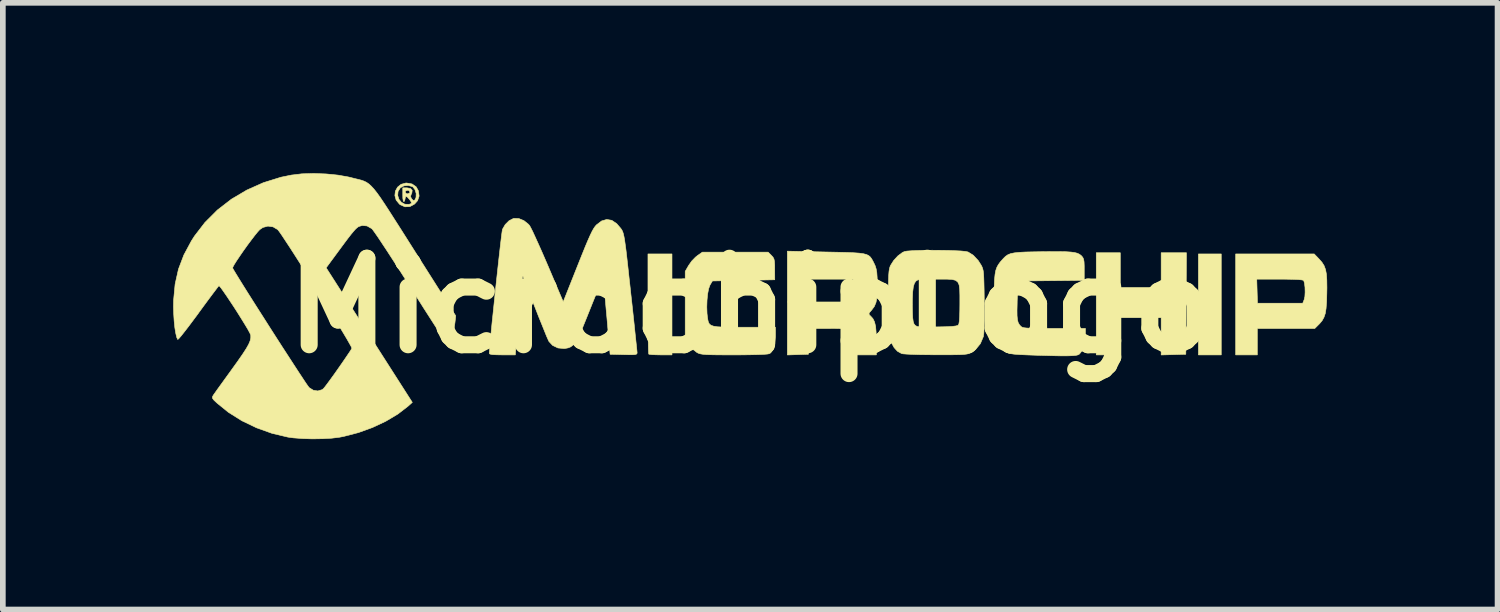
<source format=kicad_pcb>
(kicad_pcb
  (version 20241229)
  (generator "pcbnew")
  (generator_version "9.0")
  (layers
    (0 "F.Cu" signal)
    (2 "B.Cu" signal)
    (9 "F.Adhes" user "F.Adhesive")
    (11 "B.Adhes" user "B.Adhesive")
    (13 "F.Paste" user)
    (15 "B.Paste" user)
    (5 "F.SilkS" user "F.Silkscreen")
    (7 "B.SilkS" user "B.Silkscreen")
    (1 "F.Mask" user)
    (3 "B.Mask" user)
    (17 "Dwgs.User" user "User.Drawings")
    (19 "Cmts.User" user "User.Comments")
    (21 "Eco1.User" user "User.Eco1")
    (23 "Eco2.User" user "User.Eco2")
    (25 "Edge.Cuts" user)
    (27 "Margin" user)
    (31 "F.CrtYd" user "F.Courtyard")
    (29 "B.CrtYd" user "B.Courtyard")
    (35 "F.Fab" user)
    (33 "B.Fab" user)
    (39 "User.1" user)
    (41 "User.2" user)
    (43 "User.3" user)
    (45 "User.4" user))
  (footprint "MicrochipLogo"
    (layer "F.Cu")
    (at 10.16 2.332)
    (property "Reference" "MicrochipLogo" (at 0 0 0) (layer "F.SilkS") (effects (font (size 1.524 1.524) (thickness 0.3))))
    (attr through_hole)
    (fp_poly (pts (xy 8.297 0.868) (xy 7.895 0.868) (xy 7.895 -0.91) (xy 8.297 -0.91) (xy 8.297 0.868)) (stroke (width 0.01) (type solid)) (fill yes) (layer "F.SilkS"))
    (fp_poly (pts (xy 6.519 -0.318) (xy 7.239 -0.318) (xy 7.239 -0.931) (xy 7.684 -0.931) (xy 7.678 -0.037) (xy 7.673 0.857) (xy 7.239 0.869) (xy 7.239 0.212) (xy 6.519 0.212) (xy 6.519 0.868) (xy 6.096 0.868) (xy 6.096 -0.931) (xy 6.519 -0.931) (xy 6.519 -0.318)) (stroke (width 0.01) (type solid)) (fill yes) (layer "F.SilkS"))
    (fp_poly (pts (xy -1.376 0.868) (xy -1.573 0.868) (xy -1.661 0.866) (xy -1.732 0.863) (xy -1.776 0.857) (xy -1.785 0.854) (xy -1.788 0.83) (xy -1.791 0.769) (xy -1.793 0.674) (xy -1.796 0.551) (xy -1.797 0.403) (xy -1.798 0.235) (xy -1.799 0.052) (xy -1.799 -0.035) (xy -1.799 -0.91) (xy -1.376 -0.91) (xy -1.376 0.868)) (stroke (width 0.01) (type solid)) (fill yes) (layer "F.SilkS"))
    (fp_poly (pts (xy 10.022 -0.818) (xy 10.071 -0.762) (xy 10.108 -0.704) (xy 10.133 -0.637) (xy 10.149 -0.555) (xy 10.156 -0.449) (xy 10.158 -0.313) (xy 10.156 -0.211) (xy 10.152 -0.063) (xy 10.143 0.051) (xy 10.129 0.138) (xy 10.106 0.206) (xy 10.074 0.264) (xy 10.029 0.318) (xy 10.007 0.34) (xy 9.945 0.402) (xy 8.932 0.402) (xy 8.932 0.868) (xy 8.551 0.868) (xy 8.551 -0.466) (xy 8.922 -0.466) (xy 8.935 -0.042) (xy 9.732 -0.042) (xy 9.758 -0.107) (xy 9.77 -0.161) (xy 9.774 -0.238) (xy 9.772 -0.321) (xy 9.763 -0.394) (xy 9.749 -0.442) (xy 9.748 -0.443) (xy 9.721 -0.452) (xy 9.653 -0.459) (xy 9.545 -0.463) (xy 9.398 -0.466) (xy 9.328 -0.466) (xy 8.922 -0.466) (xy 8.551 -0.466) (xy 8.551 -0.91) (xy 9.934 -0.91) (xy 10.022 -0.818)) (stroke (width 0.01) (type solid)) (fill yes) (layer "F.SilkS"))
    (fp_poly (pts (xy 0.375 -0.884) (xy 0.403 -0.853) (xy 0.42 -0.821) (xy 0.429 -0.777) (xy 0.433 -0.71) (xy 0.433 -0.64) (xy 0.434 -0.455) (xy -0.664 -0.434) (xy -0.707 -0.361) (xy -0.73 -0.298) (xy -0.748 -0.206) (xy -0.759 -0.094) (xy -0.763 0.024) (xy -0.759 0.138) (xy -0.752 0.202) (xy -0.744 0.253) (xy -0.734 0.294) (xy -0.716 0.325) (xy -0.687 0.347) (xy -0.641 0.363) (xy -0.574 0.373) (xy -0.481 0.378) (xy -0.357 0.38) (xy -0.199 0.381) (xy -0.106 0.381) (xy 0.445 0.381) (xy 0.445 0.541) (xy 0.436 0.673) (xy 0.409 0.769) (xy 0.363 0.831) (xy 0.34 0.846) (xy 0.306 0.853) (xy 0.232 0.859) (xy 0.124 0.863) (xy -0.017 0.866) (xy -0.187 0.868) (xy -0.279 0.868) (xy -0.453 0.868) (xy -0.591 0.867) (xy -0.696 0.865) (xy -0.775 0.862) (xy -0.832 0.857) (xy -0.874 0.85) (xy -0.905 0.841) (xy -0.931 0.829) (xy -0.932 0.829) (xy -0.993 0.781) (xy -1.054 0.707) (xy -1.074 0.676) (xy -1.143 0.563) (xy -1.143 -0.02) (xy -1.143 -0.603) (xy -1.081 -0.71) (xy -1.028 -0.785) (xy -0.962 -0.853) (xy -0.93 -0.879) (xy -0.84 -0.942) (xy 0.317 -0.942) (xy 0.375 -0.884)) (stroke (width 0.01) (type solid)) (fill yes) (layer "F.SilkS"))
    (fp_poly (pts (xy -5.953 -2.142) (xy -5.882 -2.093) (xy -5.842 -2.022) (xy -5.829 -1.929) (xy -5.857 -1.847) (xy -5.909 -1.789) (xy -5.991 -1.744) (xy -6.078 -1.74) (xy -6.161 -1.776) (xy -6.177 -1.789) (xy -6.234 -1.859) (xy -6.256 -1.938) (xy -6.256 -1.94) (xy -6.206 -1.94) (xy -6.185 -1.873) (xy -6.141 -1.819) (xy -6.081 -1.786) (xy -6.01 -1.783) (xy -5.982 -1.791) (xy -5.964 -1.804) (xy -5.97 -1.828) (xy -5.995 -1.865) (xy -6.037 -1.913) (xy -6.064 -1.923) (xy -6.075 -1.893) (xy -6.075 -1.885) (xy -6.085 -1.845) (xy -6.096 -1.831) (xy -6.108 -1.842) (xy -6.116 -1.891) (xy -6.117 -1.946) (xy -6.117 -2) (xy -6.075 -2) (xy -6.057 -1.974) (xy -6.032 -1.968) (xy -5.998 -1.982) (xy -5.99 -2) (xy -6.008 -2.026) (xy -6.032 -2.032) (xy -6.067 -2.019) (xy -6.075 -2) (xy -6.117 -2) (xy -6.117 -2.074) (xy -6.042 -2.074) (xy -5.98 -2.062) (xy -5.951 -2.029) (xy -5.958 -1.979) (xy -5.966 -1.966) (xy -5.98 -1.923) (xy -5.964 -1.884) (xy -5.932 -1.851) (xy -5.904 -1.86) (xy -5.883 -1.907) (xy -5.881 -1.975) (xy -5.902 -2.043) (xy -5.94 -2.091) (xy -5.949 -2.096) (xy -6.02 -2.116) (xy -6.096 -2.109) (xy -6.157 -2.077) (xy -6.16 -2.074) (xy -6.2 -2.01) (xy -6.206 -1.94) (xy -6.256 -1.94) (xy -6.247 -2.017) (xy -6.209 -2.086) (xy -6.147 -2.136) (xy -6.063 -2.159) (xy -6.049 -2.159) (xy -5.953 -2.142)) (stroke (width 0.01) (type solid)) (fill yes) (layer "F.SilkS"))
    (fp_poly (pts (xy 1.339 -0.944) (xy 1.536 -0.94) (xy 1.696 -0.936) (xy 1.822 -0.931) (xy 1.92 -0.924) (xy 1.994 -0.914) (xy 2.049 -0.9) (xy 2.088 -0.881) (xy 2.118 -0.855) (xy 2.141 -0.823) (xy 2.164 -0.782) (xy 2.18 -0.75) (xy 2.204 -0.698) (xy 2.22 -0.645) (xy 2.231 -0.582) (xy 2.237 -0.495) (xy 2.24 -0.402) (xy 2.242 -0.255) (xy 2.234 -0.141) (xy 2.216 -0.053) (xy 2.187 0.016) (xy 2.143 0.075) (xy 2.141 0.078) (xy 2.103 0.121) (xy 2.092 0.146) (xy 2.104 0.168) (xy 2.122 0.184) (xy 2.163 0.23) (xy 2.191 0.287) (xy 2.21 0.365) (xy 2.219 0.469) (xy 2.222 0.607) (xy 2.223 0.613) (xy 2.223 0.868) (xy 1.846 0.868) (xy 1.838 0.675) (xy 1.834 0.584) (xy 1.826 0.516) (xy 1.807 0.468) (xy 1.774 0.435) (xy 1.72 0.416) (xy 1.64 0.406) (xy 1.528 0.403) (xy 1.385 0.402) (xy 1.039 0.402) (xy 1.033 0.63) (xy 1.027 0.857) (xy 0.841 0.863) (xy 0.656 0.869) (xy 0.656 -0.466) (xy 1.037 -0.466) (xy 1.037 -0.064) (xy 1.428 -0.064) (xy 1.566 -0.064) (xy 1.668 -0.065) (xy 1.739 -0.068) (xy 1.786 -0.073) (xy 1.815 -0.08) (xy 1.832 -0.091) (xy 1.841 -0.104) (xy 1.856 -0.16) (xy 1.862 -0.238) (xy 1.858 -0.322) (xy 1.845 -0.393) (xy 1.838 -0.412) (xy 1.814 -0.466) (xy 1.037 -0.466) (xy 0.656 -0.466) (xy 0.656 -0.959) (xy 1.339 -0.944)) (stroke (width 0.01) (type solid)) (fill yes) (layer "F.SilkS"))
    (fp_poly (pts (xy 5.562 -0.949) (xy 5.651 -0.943) (xy 5.717 -0.934) (xy 5.766 -0.921) (xy 5.802 -0.903) (xy 5.831 -0.881) (xy 5.834 -0.878) (xy 5.858 -0.85) (xy 5.873 -0.817) (xy 5.881 -0.77) (xy 5.884 -0.698) (xy 5.884 -0.636) (xy 5.884 -0.445) (xy 4.799 -0.434) (xy 4.754 -0.374) (xy 4.735 -0.344) (xy 4.722 -0.306) (xy 4.713 -0.254) (xy 4.707 -0.178) (xy 4.703 -0.069) (xy 4.703 -0.049) (xy 4.7 0.082) (xy 4.701 0.179) (xy 4.708 0.248) (xy 4.72 0.297) (xy 4.74 0.333) (xy 4.763 0.36) (xy 4.778 0.373) (xy 4.797 0.383) (xy 4.826 0.39) (xy 4.871 0.395) (xy 4.935 0.399) (xy 5.024 0.401) (xy 5.144 0.402) (xy 5.3 0.402) (xy 5.355 0.402) (xy 5.905 0.402) (xy 5.905 0.542) (xy 5.893 0.674) (xy 5.859 0.779) (xy 5.802 0.85) (xy 5.792 0.858) (xy 5.771 0.868) (xy 5.738 0.876) (xy 5.688 0.881) (xy 5.619 0.884) (xy 5.525 0.885) (xy 5.404 0.884) (xy 5.251 0.88) (xy 5.063 0.875) (xy 4.896 0.869) (xy 4.754 0.863) (xy 4.648 0.855) (xy 4.569 0.843) (xy 4.511 0.824) (xy 4.466 0.795) (xy 4.427 0.754) (xy 4.387 0.7) (xy 4.387 0.699) (xy 4.36 0.655) (xy 4.339 0.609) (xy 4.323 0.553) (xy 4.312 0.484) (xy 4.304 0.394) (xy 4.3 0.279) (xy 4.297 0.132) (xy 4.297 -0.029) (xy 4.297 -0.209) (xy 4.3 -0.353) (xy 4.305 -0.465) (xy 4.314 -0.553) (xy 4.327 -0.621) (xy 4.346 -0.675) (xy 4.371 -0.721) (xy 4.403 -0.765) (xy 4.419 -0.784) (xy 4.461 -0.831) (xy 4.499 -0.868) (xy 4.54 -0.896) (xy 4.59 -0.916) (xy 4.655 -0.929) (xy 4.74 -0.938) (xy 4.851 -0.944) (xy 4.995 -0.947) (xy 5.111 -0.949) (xy 5.297 -0.951) (xy 5.446 -0.951) (xy 5.562 -0.949)) (stroke (width 0.01) (type solid)) (fill yes) (layer "F.SilkS"))
    (fp_poly (pts (xy 3.348 -0.974) (xy 3.484 -0.972) (xy 3.608 -0.967) (xy 3.714 -0.962) (xy 3.792 -0.954) (xy 3.836 -0.945) (xy 3.837 -0.945) (xy 3.931 -0.886) (xy 4.017 -0.794) (xy 4.071 -0.709) (xy 4.085 -0.681) (xy 4.096 -0.65) (xy 4.105 -0.612) (xy 4.111 -0.561) (xy 4.115 -0.49) (xy 4.118 -0.395) (xy 4.121 -0.269) (xy 4.123 -0.108) (xy 4.123 -0.081) (xy 4.125 0.104) (xy 4.124 0.263) (xy 4.121 0.391) (xy 4.116 0.485) (xy 4.109 0.541) (xy 4.108 0.545) (xy 4.055 0.67) (xy 3.973 0.77) (xy 3.905 0.82) (xy 3.878 0.834) (xy 3.85 0.845) (xy 3.816 0.853) (xy 3.771 0.859) (xy 3.708 0.863) (xy 3.623 0.865) (xy 3.51 0.866) (xy 3.362 0.866) (xy 3.27 0.866) (xy 3.113 0.865) (xy 2.971 0.863) (xy 2.849 0.859) (xy 2.754 0.854) (xy 2.69 0.849) (xy 2.667 0.844) (xy 2.595 0.804) (xy 2.537 0.741) (xy 2.484 0.646) (xy 2.484 0.646) (xy 2.47 0.613) (xy 2.458 0.581) (xy 2.449 0.545) (xy 2.443 0.499) (xy 2.439 0.437) (xy 2.437 0.354) (xy 2.435 0.244) (xy 2.435 0.102) (xy 2.435 -0.016) (xy 2.857 -0.016) (xy 2.859 0.116) (xy 2.863 0.212) (xy 2.872 0.278) (xy 2.886 0.322) (xy 2.908 0.349) (xy 2.939 0.366) (xy 2.942 0.367) (xy 2.973 0.371) (xy 3.039 0.374) (xy 3.131 0.375) (xy 3.24 0.375) (xy 3.306 0.375) (xy 3.447 0.372) (xy 3.55 0.367) (xy 3.619 0.359) (xy 3.658 0.349) (xy 3.666 0.343) (xy 3.677 0.319) (xy 3.685 0.269) (xy 3.69 0.19) (xy 3.693 0.076) (xy 3.694 -0.031) (xy 3.694 -0.177) (xy 3.691 -0.286) (xy 3.681 -0.364) (xy 3.657 -0.415) (xy 3.617 -0.446) (xy 3.554 -0.461) (xy 3.464 -0.466) (xy 3.342 -0.466) (xy 3.3 -0.466) (xy 3.187 -0.465) (xy 3.088 -0.462) (xy 3.01 -0.459) (xy 2.962 -0.454) (xy 2.954 -0.453) (xy 2.918 -0.43) (xy 2.892 -0.39) (xy 2.874 -0.328) (xy 2.863 -0.238) (xy 2.858 -0.114) (xy 2.857 -0.016) (xy 2.435 -0.016) (xy 2.435 -0.042) (xy 2.435 -0.217) (xy 2.436 -0.356) (xy 2.438 -0.462) (xy 2.441 -0.542) (xy 2.446 -0.602) (xy 2.453 -0.646) (xy 2.462 -0.68) (xy 2.474 -0.709) (xy 2.474 -0.709) (xy 2.529 -0.796) (xy 2.603 -0.876) (xy 2.682 -0.935) (xy 2.716 -0.951) (xy 2.761 -0.96) (xy 2.84 -0.966) (xy 2.946 -0.971) (xy 3.071 -0.974) (xy 3.207 -0.975) (xy 3.348 -0.974)) (stroke (width 0.01) (type solid)) (fill yes) (layer "F.SilkS"))
    (fp_poly (pts (xy -4.072 -1.533) (xy -3.984 -1.497) (xy -3.905 -1.434) (xy -3.884 -1.41) (xy -3.864 -1.374) (xy -3.829 -1.305) (xy -3.784 -1.207) (xy -3.729 -1.086) (xy -3.667 -0.947) (xy -3.601 -0.795) (xy -3.562 -0.705) (xy -3.291 -0.067) (xy -3.037 -0.705) (xy -2.964 -0.888) (xy -2.905 -1.034) (xy -2.856 -1.15) (xy -2.816 -1.24) (xy -2.783 -1.308) (xy -2.755 -1.358) (xy -2.73 -1.394) (xy -2.706 -1.422) (xy -2.705 -1.422) (xy -2.615 -1.491) (xy -2.525 -1.517) (xy -2.436 -1.502) (xy -2.35 -1.444) (xy -2.278 -1.36) (xy -2.264 -1.34) (xy -2.252 -1.319) (xy -2.241 -1.293) (xy -2.231 -1.26) (xy -2.221 -1.215) (xy -2.21 -1.154) (xy -2.199 -1.074) (xy -2.185 -0.971) (xy -2.17 -0.841) (xy -2.152 -0.68) (xy -2.131 -0.486) (xy -2.105 -0.253) (xy -2.104 -0.239) (xy -2.081 -0.034) (xy -2.06 0.16) (xy -2.041 0.337) (xy -2.025 0.493) (xy -2.011 0.625) (xy -2 0.728) (xy -1.993 0.798) (xy -1.99 0.83) (xy -1.99 0.831) (xy -1.994 0.848) (xy -2.009 0.858) (xy -2.043 0.864) (xy -2.103 0.865) (xy -2.196 0.864) (xy -2.228 0.863) (xy -2.466 0.857) (xy -2.521 0.222) (xy -2.536 0.06) (xy -2.549 -0.089) (xy -2.561 -0.222) (xy -2.571 -0.331) (xy -2.579 -0.411) (xy -2.584 -0.456) (xy -2.585 -0.463) (xy -2.595 -0.461) (xy -2.618 -0.419) (xy -2.656 -0.338) (xy -2.706 -0.218) (xy -2.77 -0.06) (xy -2.812 0.045) (xy -2.886 0.23) (xy -2.947 0.38) (xy -2.999 0.497) (xy -3.043 0.586) (xy -3.084 0.652) (xy -3.122 0.698) (xy -3.161 0.727) (xy -3.203 0.744) (xy -3.251 0.753) (xy -3.274 0.756) (xy -3.384 0.746) (xy -3.478 0.701) (xy -3.543 0.631) (xy -3.557 0.601) (xy -3.585 0.538) (xy -3.622 0.446) (xy -3.668 0.332) (xy -3.721 0.202) (xy -3.776 0.061) (xy -3.834 -0.085) (xy -3.89 -0.231) (xy -3.944 -0.37) (xy -3.992 -0.496) (xy -3.999 -0.517) (xy -4.006 -0.512) (xy -4.015 -0.471) (xy -4.025 -0.398) (xy -4.035 -0.299) (xy -4.04 -0.252) (xy -4.05 -0.126) (xy -4.063 0.028) (xy -4.077 0.195) (xy -4.091 0.36) (xy -4.1 0.46) (xy -4.135 0.868) (xy -4.364 0.868) (xy -4.472 0.866) (xy -4.543 0.862) (xy -4.582 0.853) (xy -4.593 0.841) (xy -4.59 0.797) (xy -4.584 0.718) (xy -4.574 0.609) (xy -4.561 0.474) (xy -4.546 0.318) (xy -4.528 0.148) (xy -4.509 -0.034) (xy -4.49 -0.221) (xy -4.47 -0.409) (xy -4.45 -0.592) (xy -4.431 -0.767) (xy -4.413 -0.927) (xy -4.397 -1.069) (xy -4.383 -1.186) (xy -4.372 -1.274) (xy -4.364 -1.329) (xy -4.361 -1.344) (xy -4.313 -1.427) (xy -4.246 -1.494) (xy -4.171 -1.533) (xy -4.158 -1.536) (xy -4.072 -1.533)) (stroke (width 0.01) (type solid)) (fill yes) (layer "F.SilkS"))
    (fp_poly (pts (xy -7.469 -2.319) (xy -7.257 -2.298) (xy -7.067 -2.264) (xy -7.03 -2.255) (xy -6.96 -2.237) (xy -6.9 -2.223) (xy -6.847 -2.209) (xy -6.801 -2.193) (xy -6.757 -2.172) (xy -6.715 -2.143) (xy -6.672 -2.104) (xy -6.625 -2.053) (xy -6.572 -1.986) (xy -6.511 -1.901) (xy -6.44 -1.795) (xy -6.356 -1.666) (xy -6.257 -1.511) (xy -6.14 -1.328) (xy -6.004 -1.113) (xy -5.916 -0.974) (xy -5.184 0.18) (xy -5.198 0.301) (xy -5.208 0.369) (xy -5.223 0.452) (xy -5.242 0.541) (xy -5.262 0.623) (xy -5.28 0.689) (xy -5.294 0.728) (xy -5.298 0.733) (xy -5.31 0.717) (xy -5.343 0.669) (xy -5.395 0.591) (xy -5.463 0.486) (xy -5.546 0.359) (xy -5.641 0.211) (xy -5.747 0.046) (xy -5.86 -0.133) (xy -5.957 -0.285) (xy -6.078 -0.475) (xy -6.193 -0.655) (xy -6.301 -0.821) (xy -6.399 -0.972) (xy -6.485 -1.102) (xy -6.556 -1.209) (xy -6.612 -1.289) (xy -6.648 -1.339) (xy -6.662 -1.355) (xy -6.746 -1.403) (xy -6.829 -1.411) (xy -6.883 -1.396) (xy -6.903 -1.386) (xy -6.924 -1.37) (xy -6.95 -1.346) (xy -6.983 -1.309) (xy -7.027 -1.256) (xy -7.083 -1.184) (xy -7.155 -1.088) (xy -7.245 -0.966) (xy -7.357 -0.814) (xy -7.38 -0.783) (xy -7.466 -0.666) (xy -6.707 0.519) (xy -5.949 1.704) (xy -6.027 1.774) (xy -6.205 1.911) (xy -6.415 2.036) (xy -6.649 2.146) (xy -6.897 2.236) (xy -7.151 2.302) (xy -7.231 2.318) (xy -7.369 2.335) (xy -7.533 2.344) (xy -7.711 2.347) (xy -7.886 2.341) (xy -8.045 2.329) (xy -8.139 2.316) (xy -8.418 2.25) (xy -8.692 2.152) (xy -8.952 2.027) (xy -9.189 1.878) (xy -9.386 1.718) (xy -9.44 1.668) (xy -9.466 1.635) (xy -9.47 1.611) (xy -9.457 1.584) (xy -9.451 1.574) (xy -9.429 1.543) (xy -9.386 1.482) (xy -9.326 1.399) (xy -9.254 1.299) (xy -9.172 1.186) (xy -9.129 1.126) (xy -9.021 0.976) (xy -8.937 0.855) (xy -8.874 0.758) (xy -8.831 0.682) (xy -8.805 0.62) (xy -8.794 0.57) (xy -8.794 0.527) (xy -8.797 0.512) (xy -8.812 0.479) (xy -8.845 0.418) (xy -8.893 0.338) (xy -8.952 0.242) (xy -9.017 0.138) (xy -9.086 0.03) (xy -9.155 -0.074) (xy -9.219 -0.17) (xy -9.275 -0.251) (xy -9.318 -0.311) (xy -9.347 -0.345) (xy -9.354 -0.35) (xy -9.371 -0.331) (xy -9.408 -0.282) (xy -9.464 -0.208) (xy -9.535 -0.113) (xy -9.617 -0.002) (xy -9.707 0.121) (xy -9.717 0.136) (xy -9.808 0.258) (xy -9.891 0.369) (xy -9.963 0.462) (xy -10.02 0.534) (xy -10.06 0.58) (xy -10.079 0.597) (xy -10.08 0.596) (xy -10.098 0.558) (xy -10.115 0.486) (xy -10.131 0.388) (xy -10.143 0.272) (xy -10.151 0.146) (xy -10.155 0.02) (xy -10.153 -0.095) (xy -10.126 -0.379) (xy -10.067 -0.642) (xy -10.059 -0.663) (xy -9.114 -0.663) (xy -9.098 -0.633) (xy -9.061 -0.571) (xy -9.007 -0.483) (xy -8.937 -0.37) (xy -8.855 -0.239) (xy -8.762 -0.092) (xy -8.661 0.067) (xy -8.555 0.233) (xy -8.447 0.403) (xy -8.338 0.573) (xy -8.232 0.738) (xy -8.13 0.895) (xy -8.036 1.04) (xy -7.952 1.169) (xy -7.88 1.278) (xy -7.824 1.363) (xy -7.784 1.42) (xy -7.765 1.445) (xy -7.693 1.49) (xy -7.613 1.503) (xy -7.539 1.481) (xy -7.518 1.466) (xy -7.494 1.439) (xy -7.452 1.384) (xy -7.396 1.308) (xy -7.33 1.217) (xy -7.26 1.118) (xy -7.191 1.019) (xy -7.127 0.926) (xy -7.073 0.846) (xy -7.033 0.786) (xy -7.014 0.752) (xy -7.014 0.751) (xy -7.022 0.728) (xy -7.052 0.674) (xy -7.099 0.591) (xy -7.162 0.485) (xy -7.238 0.359) (xy -7.325 0.217) (xy -7.42 0.062) (xy -7.521 -0.101) (xy -7.626 -0.269) (xy -7.731 -0.437) (xy -7.835 -0.602) (xy -7.935 -0.759) (xy -8.029 -0.906) (xy -8.114 -1.038) (xy -8.188 -1.15) (xy -8.248 -1.241) (xy -8.292 -1.304) (xy -8.318 -1.337) (xy -8.32 -1.339) (xy -8.401 -1.387) (xy -8.492 -1.4) (xy -8.581 -1.376) (xy -8.635 -1.339) (xy -8.672 -1.299) (xy -8.724 -1.235) (xy -8.786 -1.154) (xy -8.854 -1.063) (xy -8.922 -0.968) (xy -8.986 -0.875) (xy -9.042 -0.792) (xy -9.085 -0.724) (xy -9.109 -0.679) (xy -9.114 -0.663) (xy -10.059 -0.663) (xy -9.972 -0.892) (xy -9.84 -1.138) (xy -9.786 -1.223) (xy -9.6 -1.465) (xy -9.382 -1.683) (xy -9.135 -1.874) (xy -8.863 -2.035) (xy -8.571 -2.165) (xy -8.263 -2.261) (xy -8.078 -2.299) (xy -7.894 -2.321) (xy -7.686 -2.327) (xy -7.469 -2.319)) (stroke (width 0.01) (type solid)) (fill yes) (layer "F.SilkS")))
  (gr_rect
    (start -3 -3)
    (end 23.323 7.684)
    (stroke (width 0.1) (type default))
    (fill no)
    (layer "Edge.Cuts")))
</source>
